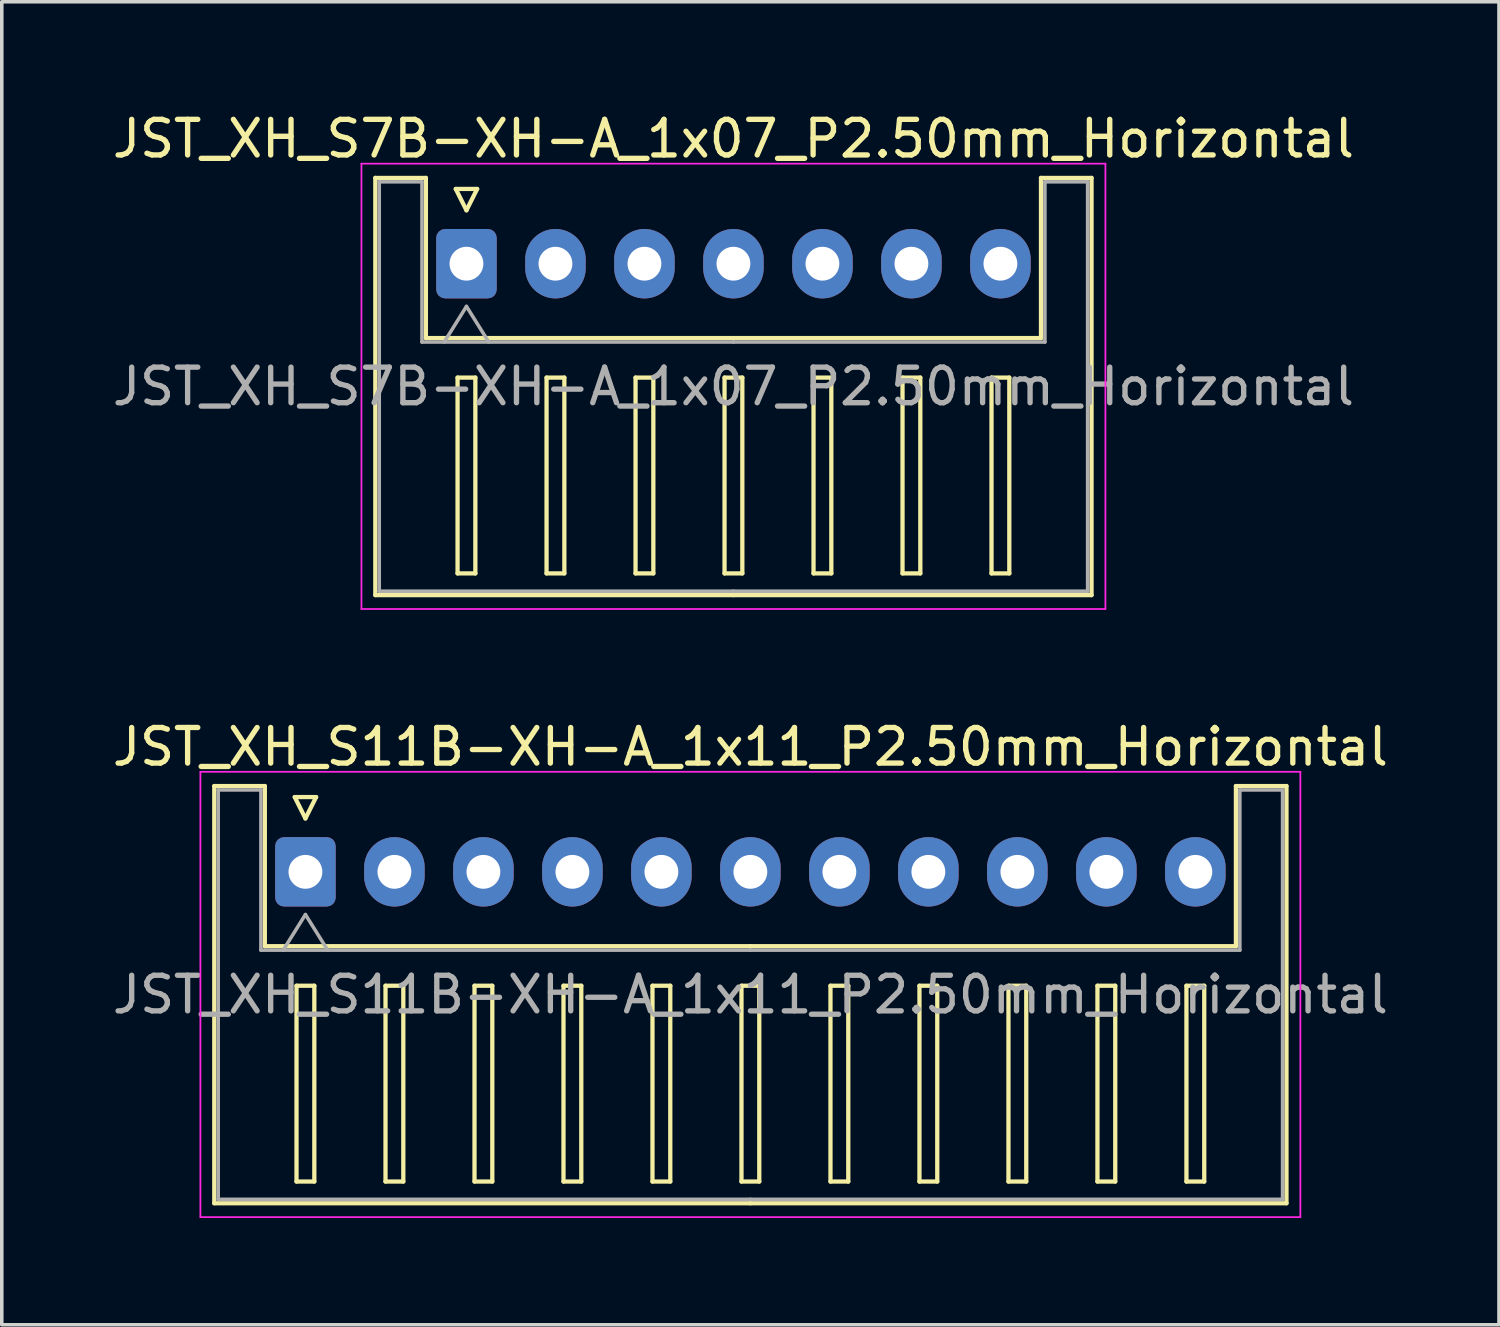
<source format=kicad_pcb>
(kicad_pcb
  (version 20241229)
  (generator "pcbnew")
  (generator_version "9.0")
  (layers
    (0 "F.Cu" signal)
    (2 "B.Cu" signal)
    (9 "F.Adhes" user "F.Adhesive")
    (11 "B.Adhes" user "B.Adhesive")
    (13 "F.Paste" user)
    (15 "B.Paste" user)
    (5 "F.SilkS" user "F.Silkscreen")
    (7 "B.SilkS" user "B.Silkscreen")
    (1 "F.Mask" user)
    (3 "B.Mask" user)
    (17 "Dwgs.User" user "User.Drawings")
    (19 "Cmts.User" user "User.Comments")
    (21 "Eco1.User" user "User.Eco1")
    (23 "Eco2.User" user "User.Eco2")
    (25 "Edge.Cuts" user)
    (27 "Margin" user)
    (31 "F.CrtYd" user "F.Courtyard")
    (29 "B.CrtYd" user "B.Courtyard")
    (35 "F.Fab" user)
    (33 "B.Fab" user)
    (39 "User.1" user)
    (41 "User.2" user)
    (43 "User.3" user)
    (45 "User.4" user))
  (footprint "JST_XH_S11B-XH-A_1x11_P2.50mm_Horizontal"
    (layer "F.Cu")
    (at 5.53 21.442)
    (property "Reference" "JST_XH_S11B-XH-A_1x11_P2.50mm_Horizontal" (at 12.5 -3.51 0) (layer "F.SilkS") (effects (font (size 1 1) (thickness 0.15))))
    (attr through_hole)
    (fp_line (start -2.56 -2.41) (end -1.14 -2.41) (stroke (width 0.12) (type solid)) (layer "F.SilkS"))
    (fp_line (start -2.56 9.31) (end -2.56 -2.41) (stroke (width 0.12) (type solid)) (layer "F.SilkS"))
    (fp_line (start -1.14 -2.41) (end -1.14 2.09) (stroke (width 0.12) (type solid)) (layer "F.SilkS"))
    (fp_line (start -1.14 2.09) (end 12.5 2.09) (stroke (width 0.12) (type solid)) (layer "F.SilkS"))
    (fp_line (start -0.3 -2.1) (end 0.3 -2.1) (stroke (width 0.12) (type solid)) (layer "F.SilkS"))
    (fp_line (start -0.25 3.2) (end -0.25 8.7) (stroke (width 0.12) (type solid)) (layer "F.SilkS"))
    (fp_line (start -0.25 8.7) (end 0.25 8.7) (stroke (width 0.12) (type solid)) (layer "F.SilkS"))
    (fp_line (start 0 -1.5) (end -0.3 -2.1) (stroke (width 0.12) (type solid)) (layer "F.SilkS"))
    (fp_line (start 0.25 3.2) (end -0.25 3.2) (stroke (width 0.12) (type solid)) (layer "F.SilkS"))
    (fp_line (start 0.25 8.7) (end 0.25 3.2) (stroke (width 0.12) (type solid)) (layer "F.SilkS"))
    (fp_line (start 0.3 -2.1) (end 0 -1.5) (stroke (width 0.12) (type solid)) (layer "F.SilkS"))
    (fp_line (start 2.25 3.2) (end 2.25 8.7) (stroke (width 0.12) (type solid)) (layer "F.SilkS"))
    (fp_line (start 2.25 8.7) (end 2.75 8.7) (stroke (width 0.12) (type solid)) (layer "F.SilkS"))
    (fp_line (start 2.75 3.2) (end 2.25 3.2) (stroke (width 0.12) (type solid)) (layer "F.SilkS"))
    (fp_line (start 2.75 8.7) (end 2.75 3.2) (stroke (width 0.12) (type solid)) (layer "F.SilkS"))
    (fp_line (start 4.75 3.2) (end 4.75 8.7) (stroke (width 0.12) (type solid)) (layer "F.SilkS"))
    (fp_line (start 4.75 8.7) (end 5.25 8.7) (stroke (width 0.12) (type solid)) (layer "F.SilkS"))
    (fp_line (start 5.25 3.2) (end 4.75 3.2) (stroke (width 0.12) (type solid)) (layer "F.SilkS"))
    (fp_line (start 5.25 8.7) (end 5.25 3.2) (stroke (width 0.12) (type solid)) (layer "F.SilkS"))
    (fp_line (start 7.25 3.2) (end 7.25 8.7) (stroke (width 0.12) (type solid)) (layer "F.SilkS"))
    (fp_line (start 7.25 8.7) (end 7.75 8.7) (stroke (width 0.12) (type solid)) (layer "F.SilkS"))
    (fp_line (start 7.75 3.2) (end 7.25 3.2) (stroke (width 0.12) (type solid)) (layer "F.SilkS"))
    (fp_line (start 7.75 8.7) (end 7.75 3.2) (stroke (width 0.12) (type solid)) (layer "F.SilkS"))
    (fp_line (start 9.75 3.2) (end 9.75 8.7) (stroke (width 0.12) (type solid)) (layer "F.SilkS"))
    (fp_line (start 9.75 8.7) (end 10.25 8.7) (stroke (width 0.12) (type solid)) (layer "F.SilkS"))
    (fp_line (start 10.25 3.2) (end 9.75 3.2) (stroke (width 0.12) (type solid)) (layer "F.SilkS"))
    (fp_line (start 10.25 8.7) (end 10.25 3.2) (stroke (width 0.12) (type solid)) (layer "F.SilkS"))
    (fp_line (start 12.25 3.2) (end 12.25 8.7) (stroke (width 0.12) (type solid)) (layer "F.SilkS"))
    (fp_line (start 12.25 8.7) (end 12.75 8.7) (stroke (width 0.12) (type solid)) (layer "F.SilkS"))
    (fp_line (start 12.5 9.31) (end -2.56 9.31) (stroke (width 0.12) (type solid)) (layer "F.SilkS"))
    (fp_line (start 12.5 9.31) (end 27.56 9.31) (stroke (width 0.12) (type solid)) (layer "F.SilkS"))
    (fp_line (start 12.75 3.2) (end 12.25 3.2) (stroke (width 0.12) (type solid)) (layer "F.SilkS"))
    (fp_line (start 12.75 8.7) (end 12.75 3.2) (stroke (width 0.12) (type solid)) (layer "F.SilkS"))
    (fp_line (start 14.75 3.2) (end 14.75 8.7) (stroke (width 0.12) (type solid)) (layer "F.SilkS"))
    (fp_line (start 14.75 8.7) (end 15.25 8.7) (stroke (width 0.12) (type solid)) (layer "F.SilkS"))
    (fp_line (start 15.25 3.2) (end 14.75 3.2) (stroke (width 0.12) (type solid)) (layer "F.SilkS"))
    (fp_line (start 15.25 8.7) (end 15.25 3.2) (stroke (width 0.12) (type solid)) (layer "F.SilkS"))
    (fp_line (start 17.25 3.2) (end 17.25 8.7) (stroke (width 0.12) (type solid)) (layer "F.SilkS"))
    (fp_line (start 17.25 8.7) (end 17.75 8.7) (stroke (width 0.12) (type solid)) (layer "F.SilkS"))
    (fp_line (start 17.75 3.2) (end 17.25 3.2) (stroke (width 0.12) (type solid)) (layer "F.SilkS"))
    (fp_line (start 17.75 8.7) (end 17.75 3.2) (stroke (width 0.12) (type solid)) (layer "F.SilkS"))
    (fp_line (start 19.75 3.2) (end 19.75 8.7) (stroke (width 0.12) (type solid)) (layer "F.SilkS"))
    (fp_line (start 19.75 8.7) (end 20.25 8.7) (stroke (width 0.12) (type solid)) (layer "F.SilkS"))
    (fp_line (start 20.25 3.2) (end 19.75 3.2) (stroke (width 0.12) (type solid)) (layer "F.SilkS"))
    (fp_line (start 20.25 8.7) (end 20.25 3.2) (stroke (width 0.12) (type solid)) (layer "F.SilkS"))
    (fp_line (start 22.25 3.2) (end 22.25 8.7) (stroke (width 0.12) (type solid)) (layer "F.SilkS"))
    (fp_line (start 22.25 8.7) (end 22.75 8.7) (stroke (width 0.12) (type solid)) (layer "F.SilkS"))
    (fp_line (start 22.75 3.2) (end 22.25 3.2) (stroke (width 0.12) (type solid)) (layer "F.SilkS"))
    (fp_line (start 22.75 8.7) (end 22.75 3.2) (stroke (width 0.12) (type solid)) (layer "F.SilkS"))
    (fp_line (start 24.75 3.2) (end 24.75 8.7) (stroke (width 0.12) (type solid)) (layer "F.SilkS"))
    (fp_line (start 24.75 8.7) (end 25.25 8.7) (stroke (width 0.12) (type solid)) (layer "F.SilkS"))
    (fp_line (start 25.25 3.2) (end 24.75 3.2) (stroke (width 0.12) (type solid)) (layer "F.SilkS"))
    (fp_line (start 25.25 8.7) (end 25.25 3.2) (stroke (width 0.12) (type solid)) (layer "F.SilkS"))
    (fp_line (start 26.14 -2.41) (end 26.14 2.09) (stroke (width 0.12) (type solid)) (layer "F.SilkS"))
    (fp_line (start 26.14 2.09) (end 12.5 2.09) (stroke (width 0.12) (type solid)) (layer "F.SilkS"))
    (fp_line (start 27.56 -2.41) (end 26.14 -2.41) (stroke (width 0.12) (type solid)) (layer "F.SilkS"))
    (fp_line (start 27.56 9.31) (end 27.56 -2.41) (stroke (width 0.12) (type solid)) (layer "F.SilkS"))
    (fp_line (start -2.95 -2.81) (end -2.95 9.7) (stroke (width 0.05) (type solid)) (layer "F.CrtYd"))
    (fp_line (start -2.95 9.7) (end 27.95 9.7) (stroke (width 0.05) (type solid)) (layer "F.CrtYd"))
    (fp_line (start 27.95 -2.81) (end -2.95 -2.81) (stroke (width 0.05) (type solid)) (layer "F.CrtYd"))
    (fp_line (start 27.95 9.7) (end 27.95 -2.81) (stroke (width 0.05) (type solid)) (layer "F.CrtYd"))
    (fp_line (start -2.45 -2.3) (end -1.25 -2.3) (stroke (width 0.1) (type solid)) (layer "F.Fab"))
    (fp_line (start -2.45 9.2) (end -2.45 -2.3) (stroke (width 0.1) (type solid)) (layer "F.Fab"))
    (fp_line (start -1.25 -2.3) (end -1.25 2.2) (stroke (width 0.1) (type solid)) (layer "F.Fab"))
    (fp_line (start -1.25 2.2) (end 12.5 2.2) (stroke (width 0.1) (type solid)) (layer "F.Fab"))
    (fp_line (start -0.625 2.2) (end 0 1.2) (stroke (width 0.1) (type solid)) (layer "F.Fab"))
    (fp_line (start 0 1.2) (end 0.625 2.2) (stroke (width 0.1) (type solid)) (layer "F.Fab"))
    (fp_line (start 12.5 9.2) (end -2.45 9.2) (stroke (width 0.1) (type solid)) (layer "F.Fab"))
    (fp_line (start 12.5 9.2) (end 27.45 9.2) (stroke (width 0.1) (type solid)) (layer "F.Fab"))
    (fp_line (start 26.25 -2.3) (end 26.25 2.2) (stroke (width 0.1) (type solid)) (layer "F.Fab"))
    (fp_line (start 26.25 2.2) (end 12.5 2.2) (stroke (width 0.1) (type solid)) (layer "F.Fab"))
    (fp_line (start 27.45 -2.3) (end 26.25 -2.3) (stroke (width 0.1) (type solid)) (layer "F.Fab"))
    (fp_line (start 27.45 9.2) (end 27.45 -2.3) (stroke (width 0.1) (type solid)) (layer "F.Fab"))
    (fp_text user "${REFERENCE}" (at 12.5 3.45 0) (layer "F.Fab") (effects (font (size 1 1) (thickness 0.15))))
    (pad "1" thru_hole roundrect (at 0 0) (size 1.7 1.95) (drill 0.95) (layers "*.Cu" "*.Mask") (roundrect_rratio 0.147))
    (pad "2" thru_hole oval (at 2.5 0) (size 1.7 1.95) (drill 0.95) (layers "*.Cu" "*.Mask"))
    (pad "3" thru_hole oval (at 5 0) (size 1.7 1.95) (drill 0.95) (layers "*.Cu" "*.Mask"))
    (pad "4" thru_hole oval (at 7.5 0) (size 1.7 1.95) (drill 0.95) (layers "*.Cu" "*.Mask"))
    (pad "5" thru_hole oval (at 10 0) (size 1.7 1.95) (drill 0.95) (layers "*.Cu" "*.Mask"))
    (pad "6" thru_hole oval (at 12.5 0) (size 1.7 1.95) (drill 0.95) (layers "*.Cu" "*.Mask"))
    (pad "7" thru_hole oval (at 15 0) (size 1.7 1.95) (drill 0.95) (layers "*.Cu" "*.Mask"))
    (pad "8" thru_hole oval (at 17.5 0) (size 1.7 1.95) (drill 0.95) (layers "*.Cu" "*.Mask"))
    (pad "9" thru_hole oval (at 20 0) (size 1.7 1.95) (drill 0.95) (layers "*.Cu" "*.Mask"))
    (pad "10" thru_hole oval (at 22.5 0) (size 1.7 1.95) (drill 0.95) (layers "*.Cu" "*.Mask"))
    (pad "11" thru_hole oval (at 25 0) (size 1.7 1.95) (drill 0.95) (layers "*.Cu" "*.Mask")))
  (footprint "JST_XH_S7B-XH-A_1x07_P2.50mm_Horizontal"
    (layer "F.Cu")
    (at 10.054 4.358)
    (property "Reference" "JST_XH_S7B-XH-A_1x07_P2.50mm_Horizontal" (at 7.5 -3.51 0) (layer "F.SilkS") (effects (font (size 1 1) (thickness 0.15))))
    (attr through_hole)
    (fp_line (start -2.56 -2.41) (end -1.14 -2.41) (stroke (width 0.12) (type solid)) (layer "F.SilkS"))
    (fp_line (start -2.56 9.31) (end -2.56 -2.41) (stroke (width 0.12) (type solid)) (layer "F.SilkS"))
    (fp_line (start -1.14 -2.41) (end -1.14 2.09) (stroke (width 0.12) (type solid)) (layer "F.SilkS"))
    (fp_line (start -1.14 2.09) (end 7.5 2.09) (stroke (width 0.12) (type solid)) (layer "F.SilkS"))
    (fp_line (start -0.3 -2.1) (end 0.3 -2.1) (stroke (width 0.12) (type solid)) (layer "F.SilkS"))
    (fp_line (start -0.25 3.2) (end -0.25 8.7) (stroke (width 0.12) (type solid)) (layer "F.SilkS"))
    (fp_line (start -0.25 8.7) (end 0.25 8.7) (stroke (width 0.12) (type solid)) (layer "F.SilkS"))
    (fp_line (start 0 -1.5) (end -0.3 -2.1) (stroke (width 0.12) (type solid)) (layer "F.SilkS"))
    (fp_line (start 0.25 3.2) (end -0.25 3.2) (stroke (width 0.12) (type solid)) (layer "F.SilkS"))
    (fp_line (start 0.25 8.7) (end 0.25 3.2) (stroke (width 0.12) (type solid)) (layer "F.SilkS"))
    (fp_line (start 0.3 -2.1) (end 0 -1.5) (stroke (width 0.12) (type solid)) (layer "F.SilkS"))
    (fp_line (start 2.25 3.2) (end 2.25 8.7) (stroke (width 0.12) (type solid)) (layer "F.SilkS"))
    (fp_line (start 2.25 8.7) (end 2.75 8.7) (stroke (width 0.12) (type solid)) (layer "F.SilkS"))
    (fp_line (start 2.75 3.2) (end 2.25 3.2) (stroke (width 0.12) (type solid)) (layer "F.SilkS"))
    (fp_line (start 2.75 8.7) (end 2.75 3.2) (stroke (width 0.12) (type solid)) (layer "F.SilkS"))
    (fp_line (start 4.75 3.2) (end 4.75 8.7) (stroke (width 0.12) (type solid)) (layer "F.SilkS"))
    (fp_line (start 4.75 8.7) (end 5.25 8.7) (stroke (width 0.12) (type solid)) (layer "F.SilkS"))
    (fp_line (start 5.25 3.2) (end 4.75 3.2) (stroke (width 0.12) (type solid)) (layer "F.SilkS"))
    (fp_line (start 5.25 8.7) (end 5.25 3.2) (stroke (width 0.12) (type solid)) (layer "F.SilkS"))
    (fp_line (start 7.25 3.2) (end 7.25 8.7) (stroke (width 0.12) (type solid)) (layer "F.SilkS"))
    (fp_line (start 7.25 8.7) (end 7.75 8.7) (stroke (width 0.12) (type solid)) (layer "F.SilkS"))
    (fp_line (start 7.5 9.31) (end -2.56 9.31) (stroke (width 0.12) (type solid)) (layer "F.SilkS"))
    (fp_line (start 7.5 9.31) (end 17.56 9.31) (stroke (width 0.12) (type solid)) (layer "F.SilkS"))
    (fp_line (start 7.75 3.2) (end 7.25 3.2) (stroke (width 0.12) (type solid)) (layer "F.SilkS"))
    (fp_line (start 7.75 8.7) (end 7.75 3.2) (stroke (width 0.12) (type solid)) (layer "F.SilkS"))
    (fp_line (start 9.75 3.2) (end 9.75 8.7) (stroke (width 0.12) (type solid)) (layer "F.SilkS"))
    (fp_line (start 9.75 8.7) (end 10.25 8.7) (stroke (width 0.12) (type solid)) (layer "F.SilkS"))
    (fp_line (start 10.25 3.2) (end 9.75 3.2) (stroke (width 0.12) (type solid)) (layer "F.SilkS"))
    (fp_line (start 10.25 8.7) (end 10.25 3.2) (stroke (width 0.12) (type solid)) (layer "F.SilkS"))
    (fp_line (start 12.25 3.2) (end 12.25 8.7) (stroke (width 0.12) (type solid)) (layer "F.SilkS"))
    (fp_line (start 12.25 8.7) (end 12.75 8.7) (stroke (width 0.12) (type solid)) (layer "F.SilkS"))
    (fp_line (start 12.75 3.2) (end 12.25 3.2) (stroke (width 0.12) (type solid)) (layer "F.SilkS"))
    (fp_line (start 12.75 8.7) (end 12.75 3.2) (stroke (width 0.12) (type solid)) (layer "F.SilkS"))
    (fp_line (start 14.75 3.2) (end 14.75 8.7) (stroke (width 0.12) (type solid)) (layer "F.SilkS"))
    (fp_line (start 14.75 8.7) (end 15.25 8.7) (stroke (width 0.12) (type solid)) (layer "F.SilkS"))
    (fp_line (start 15.25 3.2) (end 14.75 3.2) (stroke (width 0.12) (type solid)) (layer "F.SilkS"))
    (fp_line (start 15.25 8.7) (end 15.25 3.2) (stroke (width 0.12) (type solid)) (layer "F.SilkS"))
    (fp_line (start 16.14 -2.41) (end 16.14 2.09) (stroke (width 0.12) (type solid)) (layer "F.SilkS"))
    (fp_line (start 16.14 2.09) (end 7.5 2.09) (stroke (width 0.12) (type solid)) (layer "F.SilkS"))
    (fp_line (start 17.56 -2.41) (end 16.14 -2.41) (stroke (width 0.12) (type solid)) (layer "F.SilkS"))
    (fp_line (start 17.56 9.31) (end 17.56 -2.41) (stroke (width 0.12) (type solid)) (layer "F.SilkS"))
    (fp_line (start -2.95 -2.81) (end -2.95 9.7) (stroke (width 0.05) (type solid)) (layer "F.CrtYd"))
    (fp_line (start -2.95 9.7) (end 17.95 9.7) (stroke (width 0.05) (type solid)) (layer "F.CrtYd"))
    (fp_line (start 17.95 -2.81) (end -2.95 -2.81) (stroke (width 0.05) (type solid)) (layer "F.CrtYd"))
    (fp_line (start 17.95 9.7) (end 17.95 -2.81) (stroke (width 0.05) (type solid)) (layer "F.CrtYd"))
    (fp_line (start -2.45 -2.3) (end -1.25 -2.3) (stroke (width 0.1) (type solid)) (layer "F.Fab"))
    (fp_line (start -2.45 9.2) (end -2.45 -2.3) (stroke (width 0.1) (type solid)) (layer "F.Fab"))
    (fp_line (start -1.25 -2.3) (end -1.25 2.2) (stroke (width 0.1) (type solid)) (layer "F.Fab"))
    (fp_line (start -1.25 2.2) (end 7.5 2.2) (stroke (width 0.1) (type solid)) (layer "F.Fab"))
    (fp_line (start -0.625 2.2) (end 0 1.2) (stroke (width 0.1) (type solid)) (layer "F.Fab"))
    (fp_line (start 0 1.2) (end 0.625 2.2) (stroke (width 0.1) (type solid)) (layer "F.Fab"))
    (fp_line (start 7.5 9.2) (end -2.45 9.2) (stroke (width 0.1) (type solid)) (layer "F.Fab"))
    (fp_line (start 7.5 9.2) (end 17.45 9.2) (stroke (width 0.1) (type solid)) (layer "F.Fab"))
    (fp_line (start 16.25 -2.3) (end 16.25 2.2) (stroke (width 0.1) (type solid)) (layer "F.Fab"))
    (fp_line (start 16.25 2.2) (end 7.5 2.2) (stroke (width 0.1) (type solid)) (layer "F.Fab"))
    (fp_line (start 17.45 -2.3) (end 16.25 -2.3) (stroke (width 0.1) (type solid)) (layer "F.Fab"))
    (fp_line (start 17.45 9.2) (end 17.45 -2.3) (stroke (width 0.1) (type solid)) (layer "F.Fab"))
    (fp_text user "${REFERENCE}" (at 7.5 3.45 0) (layer "F.Fab") (effects (font (size 1 1) (thickness 0.15))))
    (pad "1" thru_hole roundrect (at 0 0) (size 1.7 1.95) (drill 0.95) (layers "*.Cu" "*.Mask") (roundrect_rratio 0.147))
    (pad "2" thru_hole oval (at 2.5 0) (size 1.7 1.95) (drill 0.95) (layers "*.Cu" "*.Mask"))
    (pad "3" thru_hole oval (at 5 0) (size 1.7 1.95) (drill 0.95) (layers "*.Cu" "*.Mask"))
    (pad "4" thru_hole oval (at 7.5 0) (size 1.7 1.95) (drill 0.95) (layers "*.Cu" "*.Mask"))
    (pad "5" thru_hole oval (at 10 0) (size 1.7 1.95) (drill 0.95) (layers "*.Cu" "*.Mask"))
    (pad "6" thru_hole oval (at 12.5 0) (size 1.7 1.95) (drill 0.95) (layers "*.Cu" "*.Mask"))
    (pad "7" thru_hole oval (at 15 0) (size 1.7 1.95) (drill 0.95) (layers "*.Cu" "*.Mask")))
  (gr_rect
    (start -3 -3)
    (end 39.06 34.166)
    (stroke (width 0.1) (type default))
    (fill no)
    (layer "Edge.Cuts")))
</source>
